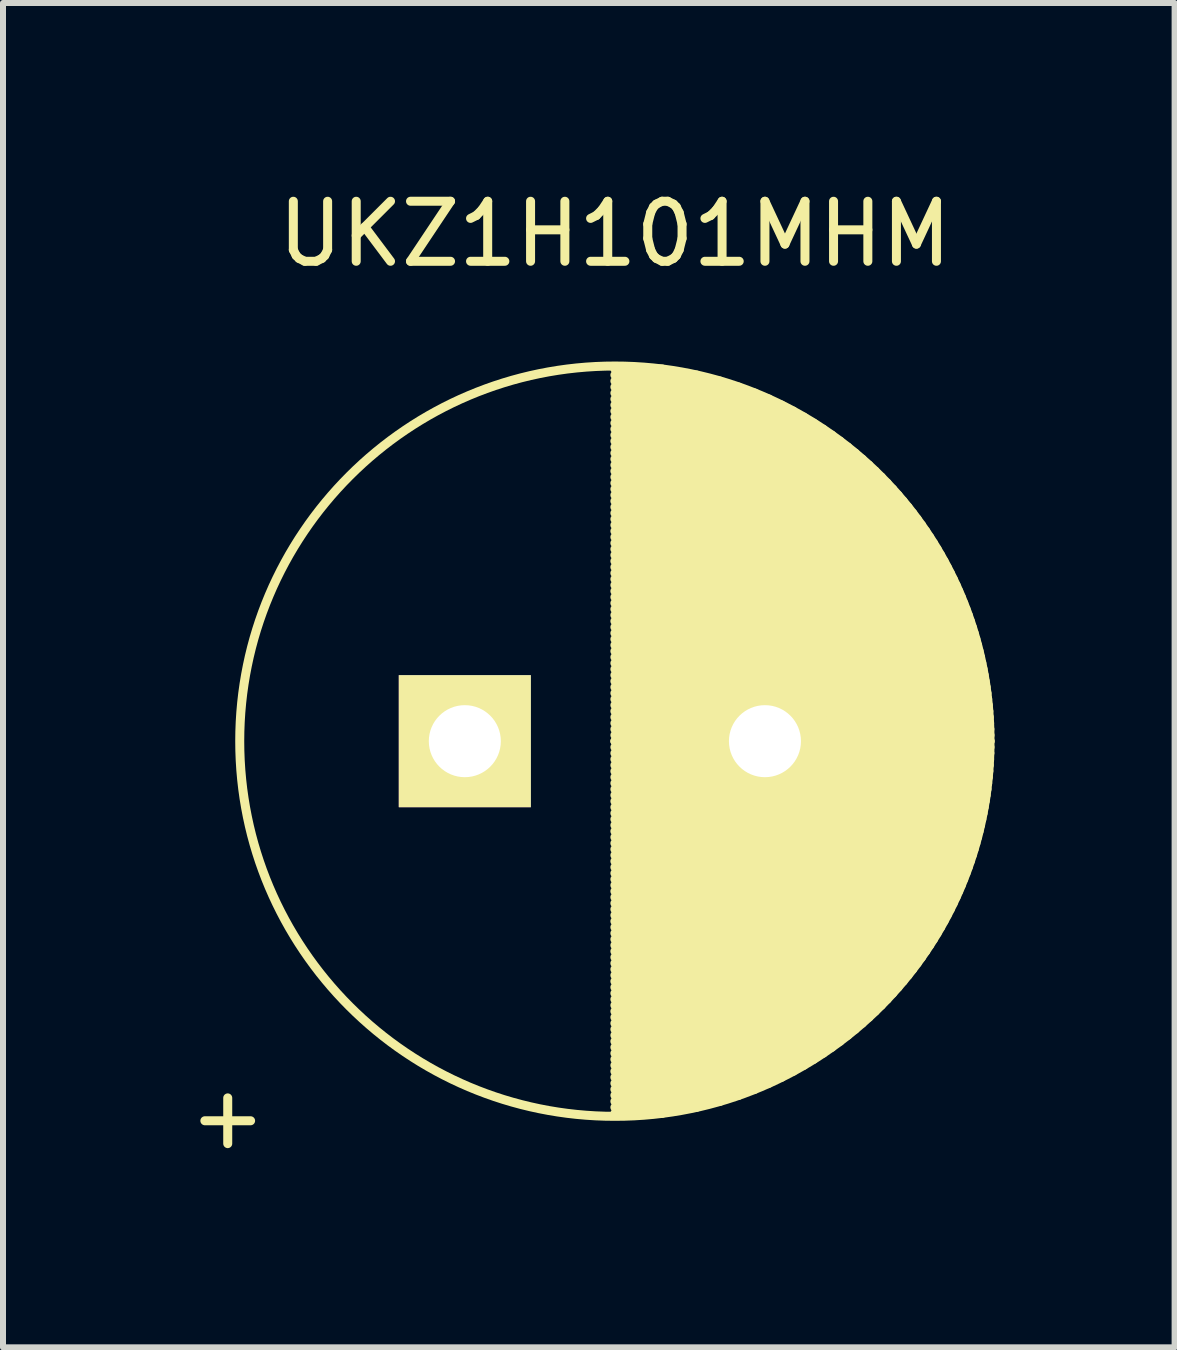
<source format=kicad_pcb>
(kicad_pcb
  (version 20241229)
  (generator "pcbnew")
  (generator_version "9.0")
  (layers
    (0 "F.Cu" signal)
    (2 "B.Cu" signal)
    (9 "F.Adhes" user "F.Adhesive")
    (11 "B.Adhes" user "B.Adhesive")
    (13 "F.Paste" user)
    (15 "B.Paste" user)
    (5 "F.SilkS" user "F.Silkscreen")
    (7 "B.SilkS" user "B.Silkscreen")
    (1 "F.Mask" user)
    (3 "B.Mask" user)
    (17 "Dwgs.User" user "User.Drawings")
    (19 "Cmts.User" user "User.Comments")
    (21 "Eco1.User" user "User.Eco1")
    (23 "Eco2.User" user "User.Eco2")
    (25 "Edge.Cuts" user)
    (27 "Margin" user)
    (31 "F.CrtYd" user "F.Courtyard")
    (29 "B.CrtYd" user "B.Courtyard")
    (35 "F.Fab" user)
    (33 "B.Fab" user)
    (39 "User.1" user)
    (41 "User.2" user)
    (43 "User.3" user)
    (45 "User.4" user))
  (footprint "UKZ1H101MHM"
    (layer "F.Cu")
    (at 4.694 9.298)
    (property "Reference" "UKZ1H101MHM" (at 2.5 -8.45 0) (layer "F.SilkS") (effects (font (size 1 1) (thickness 0.15))))
    (attr through_hole)
    (fp_line (start 2.5 -6.2) (end 3.289 -6.2) (stroke (width 0.15) (type solid)) (layer "F.SilkS"))
    (fp_line (start 2.5 -6.1) (end 3.861 -6.1) (stroke (width 0.15) (type solid)) (layer "F.SilkS"))
    (fp_line (start 2.5 -6) (end 4.25 -6) (stroke (width 0.15) (type solid)) (layer "F.SilkS"))
    (fp_line (start 2.5 -5.9) (end 4.562 -5.9) (stroke (width 0.15) (type solid)) (layer "F.SilkS"))
    (fp_line (start 2.5 -5.8) (end 4.829 -5.8) (stroke (width 0.15) (type solid)) (layer "F.SilkS"))
    (fp_line (start 2.5 -5.7) (end 5.064 -5.7) (stroke (width 0.15) (type solid)) (layer "F.SilkS"))
    (fp_line (start 2.5 -5.6) (end 5.275 -5.6) (stroke (width 0.15) (type solid)) (layer "F.SilkS"))
    (fp_line (start 2.5 -5.5) (end 5.469 -5.5) (stroke (width 0.15) (type solid)) (layer "F.SilkS"))
    (fp_line (start 2.5 -5.4) (end 5.647 -5.4) (stroke (width 0.15) (type solid)) (layer "F.SilkS"))
    (fp_line (start 2.5 -5.3) (end 5.812 -5.3) (stroke (width 0.15) (type solid)) (layer "F.SilkS"))
    (fp_line (start 2.5 -5.2) (end 5.967 -5.2) (stroke (width 0.15) (type solid)) (layer "F.SilkS"))
    (fp_line (start 2.5 -5.1) (end 6.113 -5.1) (stroke (width 0.15) (type solid)) (layer "F.SilkS"))
    (fp_line (start 2.5 -5) (end 6.25 -5) (stroke (width 0.15) (type solid)) (layer "F.SilkS"))
    (fp_line (start 2.5 -4.9) (end 6.38 -4.9) (stroke (width 0.15) (type solid)) (layer "F.SilkS"))
    (fp_line (start 2.5 -4.8) (end 6.503 -4.8) (stroke (width 0.15) (type solid)) (layer "F.SilkS"))
    (fp_line (start 2.5 -4.7) (end 6.62 -4.7) (stroke (width 0.15) (type solid)) (layer "F.SilkS"))
    (fp_line (start 2.5 -4.6) (end 6.731 -4.6) (stroke (width 0.15) (type solid)) (layer "F.SilkS"))
    (fp_line (start 2.5 -4.5) (end 6.837 -4.5) (stroke (width 0.15) (type solid)) (layer "F.SilkS"))
    (fp_line (start 2.5 -4.4) (end 6.939 -4.4) (stroke (width 0.15) (type solid)) (layer "F.SilkS"))
    (fp_line (start 2.5 -4.3) (end 7.036 -4.3) (stroke (width 0.15) (type solid)) (layer "F.SilkS"))
    (fp_line (start 2.5 -4.2) (end 7.128 -4.2) (stroke (width 0.15) (type solid)) (layer "F.SilkS"))
    (fp_line (start 2.5 -4.1) (end 7.217 -4.1) (stroke (width 0.15) (type solid)) (layer "F.SilkS"))
    (fp_line (start 2.5 -4) (end 7.302 -4) (stroke (width 0.15) (type solid)) (layer "F.SilkS"))
    (fp_line (start 2.5 -3.9) (end 7.384 -3.9) (stroke (width 0.15) (type solid)) (layer "F.SilkS"))
    (fp_line (start 2.5 -3.8) (end 7.462 -3.8) (stroke (width 0.15) (type solid)) (layer "F.SilkS"))
    (fp_line (start 2.5 -3.7) (end 7.537 -3.7) (stroke (width 0.15) (type solid)) (layer "F.SilkS"))
    (fp_line (start 2.5 -3.6) (end 7.609 -3.6) (stroke (width 0.15) (type solid)) (layer "F.SilkS"))
    (fp_line (start 2.5 -3.5) (end 7.678 -3.5) (stroke (width 0.15) (type solid)) (layer "F.SilkS"))
    (fp_line (start 2.5 -3.4) (end 7.744 -3.4) (stroke (width 0.15) (type solid)) (layer "F.SilkS"))
    (fp_line (start 2.5 -3.3) (end 7.808 -3.3) (stroke (width 0.15) (type solid)) (layer "F.SilkS"))
    (fp_line (start 2.5 -3.2) (end 7.869 -3.2) (stroke (width 0.15) (type solid)) (layer "F.SilkS"))
    (fp_line (start 2.5 -3.1) (end 7.927 -3.1) (stroke (width 0.15) (type solid)) (layer "F.SilkS"))
    (fp_line (start 2.5 -3) (end 7.983 -3) (stroke (width 0.15) (type solid)) (layer "F.SilkS"))
    (fp_line (start 2.5 -2.9) (end 8.036 -2.9) (stroke (width 0.15) (type solid)) (layer "F.SilkS"))
    (fp_line (start 2.5 -2.8) (end 8.088 -2.8) (stroke (width 0.15) (type solid)) (layer "F.SilkS"))
    (fp_line (start 2.5 -2.7) (end 8.137 -2.7) (stroke (width 0.15) (type solid)) (layer "F.SilkS"))
    (fp_line (start 2.5 -2.6) (end 8.184 -2.6) (stroke (width 0.15) (type solid)) (layer "F.SilkS"))
    (fp_line (start 2.5 -2.5) (end 8.228 -2.5) (stroke (width 0.15) (type solid)) (layer "F.SilkS"))
    (fp_line (start 2.5 -2.4) (end 8.271 -2.4) (stroke (width 0.15) (type solid)) (layer "F.SilkS"))
    (fp_line (start 2.5 -2.3) (end 8.311 -2.3) (stroke (width 0.15) (type solid)) (layer "F.SilkS"))
    (fp_line (start 2.5 -2.2) (end 8.35 -2.2) (stroke (width 0.15) (type solid)) (layer "F.SilkS"))
    (fp_line (start 2.5 -2.1) (end 8.387 -2.1) (stroke (width 0.15) (type solid)) (layer "F.SilkS"))
    (fp_line (start 2.5 -2) (end 8.421 -2) (stroke (width 0.15) (type solid)) (layer "F.SilkS"))
    (fp_line (start 2.5 -1.9) (end 8.454 -1.9) (stroke (width 0.15) (type solid)) (layer "F.SilkS"))
    (fp_line (start 2.5 -1.8) (end 8.485 -1.8) (stroke (width 0.15) (type solid)) (layer "F.SilkS"))
    (fp_line (start 2.5 -1.7) (end 8.514 -1.7) (stroke (width 0.15) (type solid)) (layer "F.SilkS"))
    (fp_line (start 2.5 -1.6) (end 8.542 -1.6) (stroke (width 0.15) (type solid)) (layer "F.SilkS"))
    (fp_line (start 2.5 -1.5) (end 8.567 -1.5) (stroke (width 0.15) (type solid)) (layer "F.SilkS"))
    (fp_line (start 2.5 -1.4) (end 8.591 -1.4) (stroke (width 0.15) (type solid)) (layer "F.SilkS"))
    (fp_line (start 2.5 -1.3) (end 8.613 -1.3) (stroke (width 0.15) (type solid)) (layer "F.SilkS"))
    (fp_line (start 2.5 -1.2) (end 8.634 -1.2) (stroke (width 0.15) (type solid)) (layer "F.SilkS"))
    (fp_line (start 2.5 -1.1) (end 8.652 -1.1) (stroke (width 0.15) (type solid)) (layer "F.SilkS"))
    (fp_line (start 2.5 -1) (end 8.669 -1) (stroke (width 0.15) (type solid)) (layer "F.SilkS"))
    (fp_line (start 2.5 -0.9) (end 8.685 -0.9) (stroke (width 0.15) (type solid)) (layer "F.SilkS"))
    (fp_line (start 2.5 -0.8) (end 8.699 -0.8) (stroke (width 0.15) (type solid)) (layer "F.SilkS"))
    (fp_line (start 2.5 -0.7) (end 8.711 -0.7) (stroke (width 0.15) (type solid)) (layer "F.SilkS"))
    (fp_line (start 2.5 -0.6) (end 8.721 -0.6) (stroke (width 0.15) (type solid)) (layer "F.SilkS"))
    (fp_line (start 2.5 -0.5) (end 8.73 -0.5) (stroke (width 0.15) (type solid)) (layer "F.SilkS"))
    (fp_line (start 2.5 -0.4) (end 8.737 -0.4) (stroke (width 0.15) (type solid)) (layer "F.SilkS"))
    (fp_line (start 2.5 -0.3) (end 8.743 -0.3) (stroke (width 0.15) (type solid)) (layer "F.SilkS"))
    (fp_line (start 2.5 -0.2) (end 8.747 -0.2) (stroke (width 0.15) (type solid)) (layer "F.SilkS"))
    (fp_line (start 2.5 -0.1) (end 8.749 -0.1) (stroke (width 0.15) (type solid)) (layer "F.SilkS"))
    (fp_line (start 2.5 0) (end 8.75 0) (stroke (width 0.15) (type solid)) (layer "F.SilkS"))
    (fp_line (start 2.5 0) (end 8.75 0) (stroke (width 0.15) (type solid)) (layer "F.SilkS"))
    (fp_line (start 2.5 0.1) (end 8.749 0.1) (stroke (width 0.15) (type solid)) (layer "F.SilkS"))
    (fp_line (start 2.5 0.2) (end 8.747 0.2) (stroke (width 0.15) (type solid)) (layer "F.SilkS"))
    (fp_line (start 2.5 0.3) (end 8.743 0.3) (stroke (width 0.15) (type solid)) (layer "F.SilkS"))
    (fp_line (start 2.5 0.4) (end 8.737 0.4) (stroke (width 0.15) (type solid)) (layer "F.SilkS"))
    (fp_line (start 2.5 0.5) (end 8.73 0.5) (stroke (width 0.15) (type solid)) (layer "F.SilkS"))
    (fp_line (start 2.5 0.6) (end 8.721 0.6) (stroke (width 0.15) (type solid)) (layer "F.SilkS"))
    (fp_line (start 2.5 0.7) (end 8.711 0.7) (stroke (width 0.15) (type solid)) (layer "F.SilkS"))
    (fp_line (start 2.5 0.8) (end 8.699 0.8) (stroke (width 0.15) (type solid)) (layer "F.SilkS"))
    (fp_line (start 2.5 0.9) (end 8.685 0.9) (stroke (width 0.15) (type solid)) (layer "F.SilkS"))
    (fp_line (start 2.5 1) (end 8.669 1) (stroke (width 0.15) (type solid)) (layer "F.SilkS"))
    (fp_line (start 2.5 1.1) (end 8.652 1.1) (stroke (width 0.15) (type solid)) (layer "F.SilkS"))
    (fp_line (start 2.5 1.2) (end 8.634 1.2) (stroke (width 0.15) (type solid)) (layer "F.SilkS"))
    (fp_line (start 2.5 1.3) (end 8.613 1.3) (stroke (width 0.15) (type solid)) (layer "F.SilkS"))
    (fp_line (start 2.5 1.4) (end 8.591 1.4) (stroke (width 0.15) (type solid)) (layer "F.SilkS"))
    (fp_line (start 2.5 1.5) (end 8.567 1.5) (stroke (width 0.15) (type solid)) (layer "F.SilkS"))
    (fp_line (start 2.5 1.6) (end 8.542 1.6) (stroke (width 0.15) (type solid)) (layer "F.SilkS"))
    (fp_line (start 2.5 1.7) (end 8.514 1.7) (stroke (width 0.15) (type solid)) (layer "F.SilkS"))
    (fp_line (start 2.5 1.8) (end 8.485 1.8) (stroke (width 0.15) (type solid)) (layer "F.SilkS"))
    (fp_line (start 2.5 1.9) (end 8.454 1.9) (stroke (width 0.15) (type solid)) (layer "F.SilkS"))
    (fp_line (start 2.5 2) (end 8.421 2) (stroke (width 0.15) (type solid)) (layer "F.SilkS"))
    (fp_line (start 2.5 2.1) (end 8.387 2.1) (stroke (width 0.15) (type solid)) (layer "F.SilkS"))
    (fp_line (start 2.5 2.2) (end 8.35 2.2) (stroke (width 0.15) (type solid)) (layer "F.SilkS"))
    (fp_line (start 2.5 2.3) (end 8.311 2.3) (stroke (width 0.15) (type solid)) (layer "F.SilkS"))
    (fp_line (start 2.5 2.4) (end 8.271 2.4) (stroke (width 0.15) (type solid)) (layer "F.SilkS"))
    (fp_line (start 2.5 2.5) (end 8.228 2.5) (stroke (width 0.15) (type solid)) (layer "F.SilkS"))
    (fp_line (start 2.5 2.6) (end 8.184 2.6) (stroke (width 0.15) (type solid)) (layer "F.SilkS"))
    (fp_line (start 2.5 2.7) (end 8.137 2.7) (stroke (width 0.15) (type solid)) (layer "F.SilkS"))
    (fp_line (start 2.5 2.8) (end 8.088 2.8) (stroke (width 0.15) (type solid)) (layer "F.SilkS"))
    (fp_line (start 2.5 2.9) (end 8.036 2.9) (stroke (width 0.15) (type solid)) (layer "F.SilkS"))
    (fp_line (start 2.5 3) (end 7.983 3) (stroke (width 0.15) (type solid)) (layer "F.SilkS"))
    (fp_line (start 2.5 3.1) (end 7.927 3.1) (stroke (width 0.15) (type solid)) (layer "F.SilkS"))
    (fp_line (start 2.5 3.2) (end 7.869 3.2) (stroke (width 0.15) (type solid)) (layer "F.SilkS"))
    (fp_line (start 2.5 3.3) (end 7.808 3.3) (stroke (width 0.15) (type solid)) (layer "F.SilkS"))
    (fp_line (start 2.5 3.4) (end 7.744 3.4) (stroke (width 0.15) (type solid)) (layer "F.SilkS"))
    (fp_line (start 2.5 3.5) (end 7.678 3.5) (stroke (width 0.15) (type solid)) (layer "F.SilkS"))
    (fp_line (start 2.5 3.6) (end 7.609 3.6) (stroke (width 0.15) (type solid)) (layer "F.SilkS"))
    (fp_line (start 2.5 3.7) (end 7.537 3.7) (stroke (width 0.15) (type solid)) (layer "F.SilkS"))
    (fp_line (start 2.5 3.8) (end 7.462 3.8) (stroke (width 0.15) (type solid)) (layer "F.SilkS"))
    (fp_line (start 2.5 3.9) (end 7.384 3.9) (stroke (width 0.15) (type solid)) (layer "F.SilkS"))
    (fp_line (start 2.5 4) (end 7.302 4) (stroke (width 0.15) (type solid)) (layer "F.SilkS"))
    (fp_line (start 2.5 4.1) (end 7.217 4.1) (stroke (width 0.15) (type solid)) (layer "F.SilkS"))
    (fp_line (start 2.5 4.2) (end 7.128 4.2) (stroke (width 0.15) (type solid)) (layer "F.SilkS"))
    (fp_line (start 2.5 4.3) (end 7.036 4.3) (stroke (width 0.15) (type solid)) (layer "F.SilkS"))
    (fp_line (start 2.5 4.4) (end 6.939 4.4) (stroke (width 0.15) (type solid)) (layer "F.SilkS"))
    (fp_line (start 2.5 4.5) (end 6.837 4.5) (stroke (width 0.15) (type solid)) (layer "F.SilkS"))
    (fp_line (start 2.5 4.6) (end 6.731 4.6) (stroke (width 0.15) (type solid)) (layer "F.SilkS"))
    (fp_line (start 2.5 4.7) (end 6.62 4.7) (stroke (width 0.15) (type solid)) (layer "F.SilkS"))
    (fp_line (start 2.5 4.8) (end 6.503 4.8) (stroke (width 0.15) (type solid)) (layer "F.SilkS"))
    (fp_line (start 2.5 4.9) (end 6.38 4.9) (stroke (width 0.15) (type solid)) (layer "F.SilkS"))
    (fp_line (start 2.5 5) (end 6.25 5) (stroke (width 0.15) (type solid)) (layer "F.SilkS"))
    (fp_line (start 2.5 5.1) (end 6.113 5.1) (stroke (width 0.15) (type solid)) (layer "F.SilkS"))
    (fp_line (start 2.5 5.2) (end 5.967 5.2) (stroke (width 0.15) (type solid)) (layer "F.SilkS"))
    (fp_line (start 2.5 5.3) (end 5.812 5.3) (stroke (width 0.15) (type solid)) (layer "F.SilkS"))
    (fp_line (start 2.5 5.4) (end 5.647 5.4) (stroke (width 0.15) (type solid)) (layer "F.SilkS"))
    (fp_line (start 2.5 5.5) (end 5.469 5.5) (stroke (width 0.15) (type solid)) (layer "F.SilkS"))
    (fp_line (start 2.5 5.6) (end 5.275 5.6) (stroke (width 0.15) (type solid)) (layer "F.SilkS"))
    (fp_line (start 2.5 5.7) (end 5.064 5.7) (stroke (width 0.15) (type solid)) (layer "F.SilkS"))
    (fp_line (start 2.5 5.8) (end 4.829 5.8) (stroke (width 0.15) (type solid)) (layer "F.SilkS"))
    (fp_line (start 2.5 5.9) (end 4.562 5.9) (stroke (width 0.15) (type solid)) (layer "F.SilkS"))
    (fp_line (start 2.5 6) (end 4.25 6) (stroke (width 0.15) (type solid)) (layer "F.SilkS"))
    (fp_line (start 2.5 6.1) (end 3.861 6.1) (stroke (width 0.15) (type solid)) (layer "F.SilkS"))
    (fp_line (start 2.5 6.2) (end 3.289 6.2) (stroke (width 0.15) (type solid)) (layer "F.SilkS"))
    (fp_circle (center 2.5 0) (end 2.5 -6.25) (stroke (width 0.15) (type solid)) (fill no) (layer "F.SilkS"))
    (fp_text user "+" (at -3.95 6.25 0) (layer "F.SilkS") (effects (font (size 1 1) (thickness 0.15))))
    (pad "1" thru_hole rect (at 0 0) (size 2.2 2.2) (drill 1.2) (layers "*.Cu" "*.Mask" "F.SilkS"))
    (pad "2" thru_hole circle (at 5 0) (size 2.2 2.2) (drill 1.2) (layers "*.Cu" "*.Mask" "F.SilkS")))
  (gr_rect
    (start -3 -3)
    (end 16.519 19.396)
    (stroke (width 0.1) (type default))
    (fill no)
    (layer "Edge.Cuts")))
</source>
